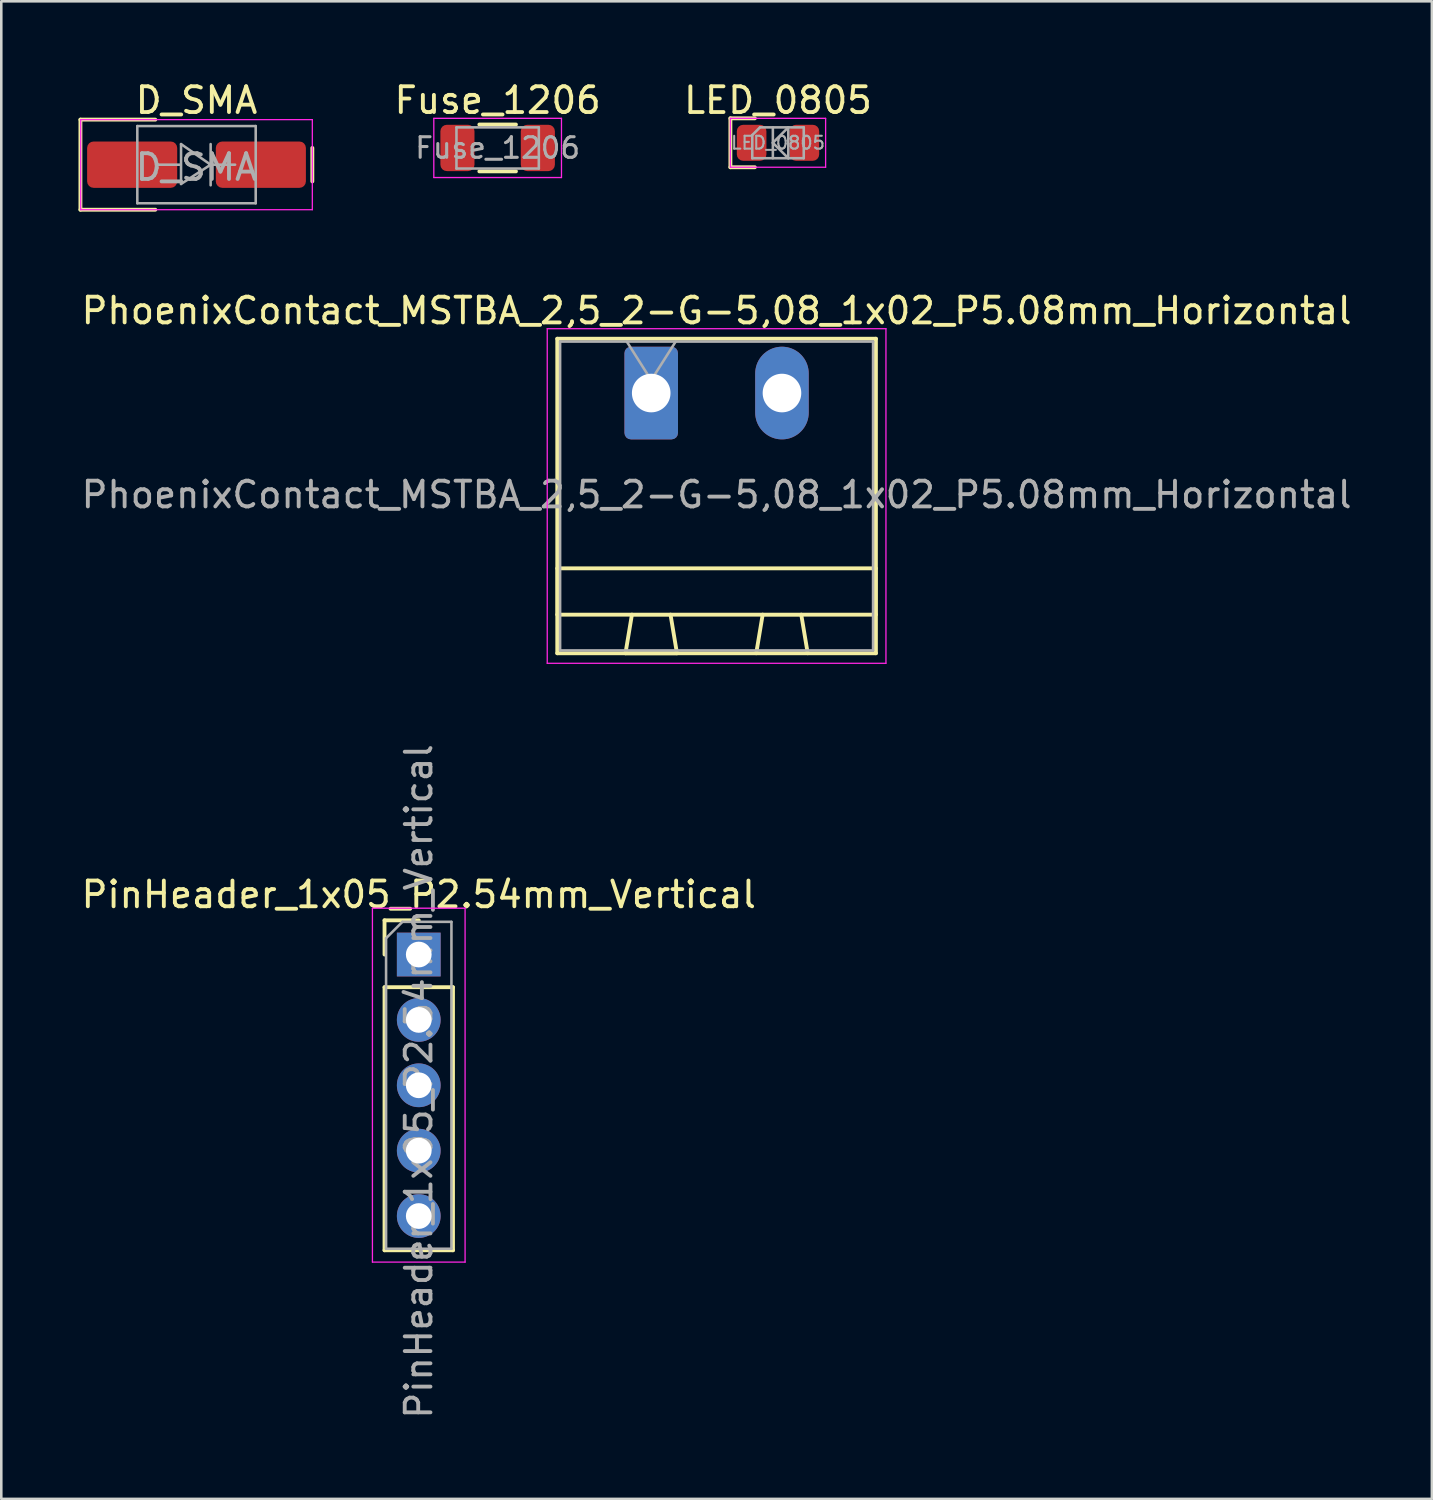
<source format=kicad_pcb>
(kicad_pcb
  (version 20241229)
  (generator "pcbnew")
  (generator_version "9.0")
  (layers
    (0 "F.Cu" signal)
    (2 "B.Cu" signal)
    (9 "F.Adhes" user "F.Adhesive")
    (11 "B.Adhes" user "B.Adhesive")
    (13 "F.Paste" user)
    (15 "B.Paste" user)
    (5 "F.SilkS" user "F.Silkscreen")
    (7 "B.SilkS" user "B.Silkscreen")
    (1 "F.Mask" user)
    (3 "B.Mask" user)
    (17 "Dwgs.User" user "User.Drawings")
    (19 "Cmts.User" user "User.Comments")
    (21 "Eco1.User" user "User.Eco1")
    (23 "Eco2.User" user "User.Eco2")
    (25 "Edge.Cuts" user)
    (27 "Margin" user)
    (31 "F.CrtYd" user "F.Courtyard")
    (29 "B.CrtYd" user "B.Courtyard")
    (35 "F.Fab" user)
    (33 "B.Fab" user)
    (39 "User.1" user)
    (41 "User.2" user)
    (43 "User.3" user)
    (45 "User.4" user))
  (footprint "LED_0805"
    (layer "F.Cu")
    (at 27.178 2.498)
    (property "Reference" "LED_0805" (at 0 -1.65 0) (layer "F.SilkS") (effects (font (size 1 1) (thickness 0.15))))
    (attr smd)
    (fp_line (start -1.85 -0.95) (end -1.85 0.95) (stroke (width 0.15) (type default)) (layer "F.SilkS"))
    (fp_line (start -1.85 -0.95) (end -0.9 -0.95) (stroke (width 0.15) (type default)) (layer "F.SilkS"))
    (fp_line (start -1.85 0.95) (end -0.9 0.95) (stroke (width 0.15) (type default)) (layer "F.SilkS"))
    (fp_line (start -1.85 -0.95) (end 1.85 -0.95) (stroke (width 0.05) (type solid)) (layer "F.CrtYd"))
    (fp_line (start -1.85 0.95) (end -1.85 -0.95) (stroke (width 0.05) (type solid)) (layer "F.CrtYd"))
    (fp_line (start 1.85 -0.95) (end 1.85 0.95) (stroke (width 0.05) (type solid)) (layer "F.CrtYd"))
    (fp_line (start 1.85 0.95) (end -1.85 0.95) (stroke (width 0.05) (type solid)) (layer "F.CrtYd"))
    (fp_line (start -1 -0.3) (end -1 0.6) (stroke (width 0.1) (type solid)) (layer "F.Fab"))
    (fp_line (start -1 0.6) (end 1 0.6) (stroke (width 0.1) (type solid)) (layer "F.Fab"))
    (fp_line (start -0.7 -0.6) (end -1 -0.3) (stroke (width 0.1) (type solid)) (layer "F.Fab"))
    (fp_line (start -0.2 -0.6) (end -0.2 0.6) (stroke (width 0.1) (type default)) (layer "F.Fab"))
    (fp_line (start -0.2 0) (end 0.4 0.6) (stroke (width 0.1) (type default)) (layer "F.Fab"))
    (fp_line (start 0.4 -0.6) (end -0.2 0) (stroke (width 0.1) (type default)) (layer "F.Fab"))
    (fp_line (start 0.4 0.6) (end 0.4 -0.6) (stroke (width 0.1) (type default)) (layer "F.Fab"))
    (fp_line (start 1 -0.6) (end -0.7 -0.6) (stroke (width 0.1) (type solid)) (layer "F.Fab"))
    (fp_line (start 1 0.6) (end 1 -0.6) (stroke (width 0.1) (type solid)) (layer "F.Fab"))
    (fp_text user "${REFERENCE}" (at 0 0 0) (layer "F.Fab") (effects (font (size 0.5 0.5) (thickness 0.08))))
    (pad "1" smd roundrect (at -1.025 0) (size 1.15 1.4) (layers "F.Cu" "F.Mask" "F.Paste") (roundrect_rratio 0.217))
    (pad "2" smd roundrect (at 1.025 0) (size 1.15 1.4) (layers "F.Cu" "F.Mask" "F.Paste") (roundrect_rratio 0.217)))
  (footprint "D_SMA"
    (layer "F.Cu")
    (at 4.585 3.348)
    (property "Reference" "D_SMA" (at 0 -2.5 0) (layer "F.SilkS") (effects (font (size 1 1) (thickness 0.15))))
    (attr smd)
    (fp_line (start -4.51 -1.75) (end -4.51 1.75) (stroke (width 0.15) (type solid)) (layer "F.SilkS"))
    (fp_line (start -4.51 -1.75) (end -1.6 -1.75) (stroke (width 0.15) (type default)) (layer "F.SilkS"))
    (fp_line (start -4.51 1.75) (end -1.6 1.75) (stroke (width 0.15) (type default)) (layer "F.SilkS"))
    (fp_line (start 4.5 -0.65) (end 4.5 0.65) (stroke (width 0.15) (type default)) (layer "F.SilkS"))
    (fp_line (start -4.5 -1.75) (end 4.5 -1.75) (stroke (width 0.05) (type solid)) (layer "F.CrtYd"))
    (fp_line (start -4.5 1.75) (end -4.5 -1.75) (stroke (width 0.05) (type solid)) (layer "F.CrtYd"))
    (fp_line (start 4.5 -1.75) (end 4.5 1.75) (stroke (width 0.05) (type solid)) (layer "F.CrtYd"))
    (fp_line (start 4.5 1.75) (end -4.5 1.75) (stroke (width 0.05) (type solid)) (layer "F.CrtYd"))
    (fp_line (start -2.3 1.5) (end -2.3 -1.5) (stroke (width 0.1) (type solid)) (layer "F.Fab"))
    (fp_line (start -0.649 0.001) (end -1.551 0.001) (stroke (width 0.1) (type solid)) (layer "F.Fab"))
    (fp_line (start -0.601 0.75) (end -0.601 -0.799) (stroke (width 0.1) (type solid)) (layer "F.Fab"))
    (fp_line (start 0.501 0.001) (end 1.499 0.001) (stroke (width 0.1) (type solid)) (layer "F.Fab"))
    (fp_line (start 0.549 -0.799) (end 0.549 0.801) (stroke (width 0.1) (type solid)) (layer "F.Fab"))
    (fp_line (start 0.549 0.001) (end -0.601 -0.799) (stroke (width 0.1) (type solid)) (layer "F.Fab"))
    (fp_line (start 0.549 0.001) (end -0.601 0.75) (stroke (width 0.1) (type solid)) (layer "F.Fab"))
    (fp_line (start 2.3 -1.5) (end -2.3 -1.5) (stroke (width 0.1) (type solid)) (layer "F.Fab"))
    (fp_line (start 2.3 -1.5) (end 2.3 1.5) (stroke (width 0.1) (type solid)) (layer "F.Fab"))
    (fp_line (start 2.3 1.5) (end -2.3 1.5) (stroke (width 0.1) (type solid)) (layer "F.Fab"))
    (fp_text user "${REFERENCE}" (at 0 0.1 0) (layer "F.Fab") (effects (font (size 1 1) (thickness 0.15))))
    (pad "1" smd roundrect (at 2.5 0) (size 3.5 1.8) (layers "F.Cu" "F.Mask" "F.Paste") (roundrect_rratio 0.139))
    (pad "2" smd roundrect (at -2.5 0) (size 3.5 1.8) (layers "F.Cu" "F.Mask" "F.Paste") (roundrect_rratio 0.139)))
  (footprint "PinHeader_1x05_P2.54mm_Vertical"
    (layer "F.Cu")
    (at 13.22 39.117)
    (property "Reference" "PinHeader_1x05_P2.54mm_Vertical" (at 0 -7.41 0) (layer "F.SilkS") (effects (font (size 1 1) (thickness 0.15))))
    (attr through_hole)
    (fp_line (start -1.33 -6.41) (end 0 -6.41) (stroke (width 0.15) (type solid)) (layer "F.SilkS"))
    (fp_line (start -1.33 -5.08) (end -1.33 -6.41) (stroke (width 0.15) (type solid)) (layer "F.SilkS"))
    (fp_line (start -1.33 -3.81) (end -1.33 6.41) (stroke (width 0.15) (type solid)) (layer "F.SilkS"))
    (fp_line (start -1.33 -3.81) (end 1.33 -3.81) (stroke (width 0.15) (type solid)) (layer "F.SilkS"))
    (fp_line (start -1.33 6.41) (end 1.33 6.41) (stroke (width 0.15) (type solid)) (layer "F.SilkS"))
    (fp_line (start 1.33 -3.81) (end 1.33 6.41) (stroke (width 0.15) (type solid)) (layer "F.SilkS"))
    (fp_line (start -1.8 -6.88) (end -1.8 6.87) (stroke (width 0.05) (type solid)) (layer "F.CrtYd"))
    (fp_line (start -1.8 6.87) (end 1.8 6.87) (stroke (width 0.05) (type solid)) (layer "F.CrtYd"))
    (fp_line (start 1.8 -6.88) (end -1.8 -6.88) (stroke (width 0.05) (type solid)) (layer "F.CrtYd"))
    (fp_line (start 1.8 6.87) (end 1.8 -6.88) (stroke (width 0.05) (type solid)) (layer "F.CrtYd"))
    (fp_line (start -1.27 -5.715) (end -0.635 -6.35) (stroke (width 0.1) (type solid)) (layer "F.Fab"))
    (fp_line (start -1.27 6.35) (end -1.27 -5.715) (stroke (width 0.1) (type solid)) (layer "F.Fab"))
    (fp_line (start -0.635 -6.35) (end 1.27 -6.35) (stroke (width 0.1) (type solid)) (layer "F.Fab"))
    (fp_line (start 1.27 -6.35) (end 1.27 6.35) (stroke (width 0.1) (type solid)) (layer "F.Fab"))
    (fp_line (start 1.27 6.35) (end -1.27 6.35) (stroke (width 0.1) (type solid)) (layer "F.Fab"))
    (fp_text user "${REFERENCE}" (at 0 -0.15 90) (layer "F.Fab") (effects (font (size 1 1) (thickness 0.15))))
    (pad "1" thru_hole rect (at 0 -5.08) (size 1.7 1.7) (drill 1) (layers "*.Cu" "*.Mask"))
    (pad "2" thru_hole oval (at 0 -2.54) (size 1.7 1.7) (drill 1) (layers "*.Cu" "*.Mask"))
    (pad "3" thru_hole oval (at 0 0) (size 1.7 1.7) (drill 1) (layers "*.Cu" "*.Mask"))
    (pad "4" thru_hole oval (at 0 2.54) (size 1.7 1.7) (drill 1) (layers "*.Cu" "*.Mask"))
    (pad "5" thru_hole oval (at 0 5.08) (size 1.7 1.7) (drill 1) (layers "*.Cu" "*.Mask")))
  (footprint "PhoenixContact_MSTBA_2,5_2-G-5,08_1x02_P5.08mm_Horizontal"
    (layer "F.Cu")
    (at 24.802 16.221)
    (property "Reference" "PhoenixContact_MSTBA_2,5_2-G-5,08_1x02_P5.08mm_Horizontal" (at -0.01 -7.2 0) (layer "F.SilkS") (effects (font (size 1 1) (thickness 0.15))))
    (attr through_hole)
    (fp_line (start -6.2 -6.11) (end -6.2 6.11) (stroke (width 0.15) (type solid)) (layer "F.SilkS"))
    (fp_line (start -6.2 2.81) (end 6.18 2.81) (stroke (width 0.15) (type solid)) (layer "F.SilkS"))
    (fp_line (start -6.2 4.61) (end -6.2 2.81) (stroke (width 0.12) (type solid)) (layer "F.SilkS"))
    (fp_line (start -6.2 6.11) (end 6.18 6.11) (stroke (width 0.15) (type solid)) (layer "F.SilkS"))
    (fp_line (start -3.55 6.11) (end -1.55 6.11) (stroke (width 0.15) (type solid)) (layer "F.SilkS"))
    (fp_line (start -3.3 4.61) (end -3.55 6.11) (stroke (width 0.15) (type solid)) (layer "F.SilkS"))
    (fp_line (start -1.8 4.61) (end -3.3 4.61) (stroke (width 0.12) (type solid)) (layer "F.SilkS"))
    (fp_line (start -1.55 6.11) (end -1.8 4.61) (stroke (width 0.15) (type solid)) (layer "F.SilkS"))
    (fp_line (start 1.53 6.11) (end 3.53 6.11) (stroke (width 0.12) (type solid)) (layer "F.SilkS"))
    (fp_line (start 1.78 4.61) (end 1.53 6.11) (stroke (width 0.15) (type solid)) (layer "F.SilkS"))
    (fp_line (start 3.28 4.61) (end 1.78 4.61) (stroke (width 0.12) (type solid)) (layer "F.SilkS"))
    (fp_line (start 3.53 6.11) (end 3.28 4.61) (stroke (width 0.15) (type solid)) (layer "F.SilkS"))
    (fp_line (start 6.18 -6.11) (end -6.2 -6.11) (stroke (width 0.15) (type solid)) (layer "F.SilkS"))
    (fp_line (start 6.18 2.81) (end 6.18 4.61) (stroke (width 0.12) (type solid)) (layer "F.SilkS"))
    (fp_line (start 6.18 4.61) (end -6.2 4.61) (stroke (width 0.15) (type solid)) (layer "F.SilkS"))
    (fp_line (start 6.18 6.11) (end 6.18 -6.11) (stroke (width 0.15) (type solid)) (layer "F.SilkS"))
    (fp_line (start -6.59 -6.5) (end -6.59 6.5) (stroke (width 0.05) (type solid)) (layer "F.CrtYd"))
    (fp_line (start -6.59 6.5) (end 6.57 6.5) (stroke (width 0.05) (type solid)) (layer "F.CrtYd"))
    (fp_line (start 6.57 -6.5) (end -6.59 -6.5) (stroke (width 0.05) (type solid)) (layer "F.CrtYd"))
    (fp_line (start 6.57 6.5) (end 6.57 -6.5) (stroke (width 0.05) (type solid)) (layer "F.CrtYd"))
    (fp_line (start -6.09 -6) (end -6.09 6) (stroke (width 0.1) (type solid)) (layer "F.Fab"))
    (fp_line (start -6.09 6) (end 6.07 6) (stroke (width 0.1) (type solid)) (layer "F.Fab"))
    (fp_line (start -2.55 -4.5) (end -3.5 -6) (stroke (width 0.1) (type solid)) (layer "F.Fab"))
    (fp_line (start -1.6 -6) (end -2.55 -4.5) (stroke (width 0.1) (type solid)) (layer "F.Fab"))
    (fp_line (start 6.07 -6) (end -6.09 -6) (stroke (width 0.1) (type solid)) (layer "F.Fab"))
    (fp_line (start 6.07 6) (end 6.07 -6) (stroke (width 0.1) (type solid)) (layer "F.Fab"))
    (fp_text user "${REFERENCE}" (at -0.01 -0.05 0) (layer "F.Fab") (effects (font (size 1 1) (thickness 0.15))))
    (pad "1" thru_hole roundrect (at -2.55 -4) (size 2.08 3.6) (drill 1.5) (layers "*.Cu" "*.Mask") (roundrect_rratio 0.12))
    (pad "2" thru_hole oval (at 2.53 -4) (size 2.08 3.6) (drill 1.5) (layers "*.Cu" "*.Mask")))
  (footprint "Fuse_1206"
    (layer "F.Cu")
    (at 16.285 2.698)
    (property "Reference" "Fuse_1206" (at 0 -1.85 0) (layer "F.SilkS") (effects (font (size 1 1) (thickness 0.15))))
    (attr smd)
    (fp_line (start -0.711 -0.91) (end 0.711 -0.91) (stroke (width 0.15) (type solid)) (layer "F.SilkS"))
    (fp_line (start -0.711 0.91) (end 0.711 0.91) (stroke (width 0.15) (type solid)) (layer "F.SilkS"))
    (fp_line (start -2.48 -1.15) (end 2.48 -1.15) (stroke (width 0.05) (type solid)) (layer "F.CrtYd"))
    (fp_line (start -2.48 1.15) (end -2.48 -1.15) (stroke (width 0.05) (type solid)) (layer "F.CrtYd"))
    (fp_line (start 2.48 -1.15) (end 2.48 1.15) (stroke (width 0.05) (type solid)) (layer "F.CrtYd"))
    (fp_line (start 2.48 1.15) (end -2.48 1.15) (stroke (width 0.05) (type solid)) (layer "F.CrtYd"))
    (fp_line (start -1.6 -0.8) (end 1.6 -0.8) (stroke (width 0.1) (type solid)) (layer "F.Fab"))
    (fp_line (start -1.6 0.8) (end -1.6 -0.8) (stroke (width 0.1) (type solid)) (layer "F.Fab"))
    (fp_line (start 1.6 -0.8) (end 1.6 0.8) (stroke (width 0.1) (type solid)) (layer "F.Fab"))
    (fp_line (start 1.6 0.8) (end -1.6 0.8) (stroke (width 0.1) (type solid)) (layer "F.Fab"))
    (fp_text user "${REFERENCE}" (at 0 0 0) (layer "F.Fab") (effects (font (size 0.8 0.8) (thickness 0.12))))
    (pad "1" smd roundrect (at -1.562 0) (size 1.325 1.8) (layers "F.Cu" "F.Mask" "F.Paste") (roundrect_rratio 0.189))
    (pad "2" smd roundrect (at 1.562 0) (size 1.325 1.8) (layers "F.Cu" "F.Mask" "F.Paste") (roundrect_rratio 0.189)))
  (gr_rect
    (start -3 -3)
    (end 52.583 55.187)
    (stroke (width 0.1) (type default))
    (fill no)
    (layer "Edge.Cuts")))
</source>
